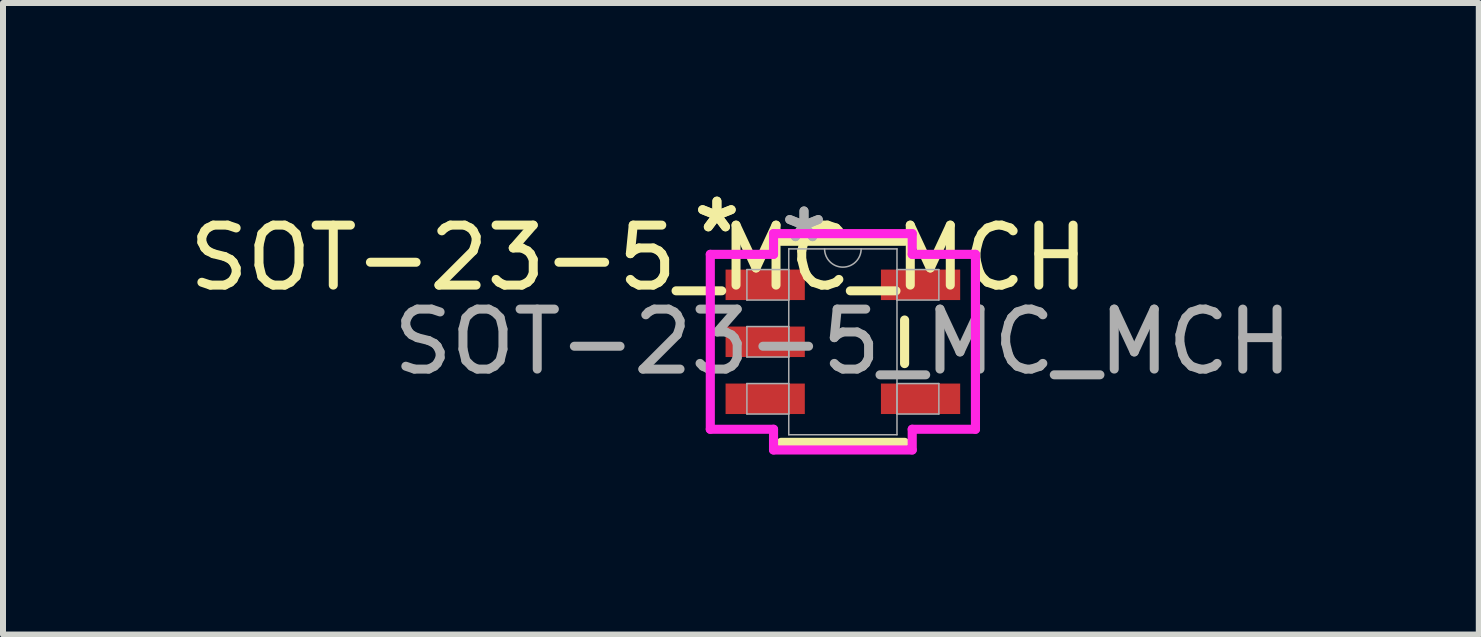
<source format=kicad_pcb>
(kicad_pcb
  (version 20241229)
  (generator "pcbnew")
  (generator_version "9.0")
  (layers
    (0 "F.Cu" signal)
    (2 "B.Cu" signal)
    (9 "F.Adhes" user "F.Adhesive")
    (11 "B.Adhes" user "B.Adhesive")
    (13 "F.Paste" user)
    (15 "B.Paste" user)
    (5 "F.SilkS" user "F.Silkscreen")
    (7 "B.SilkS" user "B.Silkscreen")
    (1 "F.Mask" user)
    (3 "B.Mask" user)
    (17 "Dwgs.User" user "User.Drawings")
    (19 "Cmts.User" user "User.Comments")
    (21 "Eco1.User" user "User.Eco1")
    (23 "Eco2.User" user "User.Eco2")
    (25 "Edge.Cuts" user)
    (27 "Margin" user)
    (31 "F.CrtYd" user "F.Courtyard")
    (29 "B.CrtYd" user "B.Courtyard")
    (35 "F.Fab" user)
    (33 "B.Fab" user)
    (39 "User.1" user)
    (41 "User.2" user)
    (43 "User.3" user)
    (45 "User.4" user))
  (footprint "SOT-23-5_MC_MCH"
    (layer "F.Cu")
    (at 11.001 2.648)
    (property "Reference" "SOT-23-5_MC_MCH" (at -3.4 -1.4 0) (unlocked yes) (layer "F.SilkS") (effects (font (size 1 1) (thickness 0.15))))
    (attr smd)
    (fp_line (start -1.029 1.676) (end 1.029 1.676) (stroke (width 0.152) (type solid)) (layer "F.SilkS"))
    (fp_line (start 1.029 -1.676) (end -1.029 -1.676) (stroke (width 0.152) (type solid)) (layer "F.SilkS"))
    (fp_line (start 1.029 0.363) (end 1.029 -0.363) (stroke (width 0.152) (type solid)) (layer "F.SilkS"))
    (fp_line (start -2.21 -1.458) (end -1.156 -1.458) (stroke (width 0.152) (type solid)) (layer "F.CrtYd"))
    (fp_line (start -2.21 1.458) (end -2.21 -1.458) (stroke (width 0.152) (type solid)) (layer "F.CrtYd"))
    (fp_line (start -1.156 -1.803) (end 1.156 -1.803) (stroke (width 0.152) (type solid)) (layer "F.CrtYd"))
    (fp_line (start -1.156 -1.458) (end -1.156 -1.803) (stroke (width 0.152) (type solid)) (layer "F.CrtYd"))
    (fp_line (start -1.156 1.458) (end -2.21 1.458) (stroke (width 0.152) (type solid)) (layer "F.CrtYd"))
    (fp_line (start -1.156 1.803) (end -1.156 1.458) (stroke (width 0.152) (type solid)) (layer "F.CrtYd"))
    (fp_line (start 1.156 -1.803) (end 1.156 -1.458) (stroke (width 0.152) (type solid)) (layer "F.CrtYd"))
    (fp_line (start 1.156 -1.458) (end 2.21 -1.458) (stroke (width 0.152) (type solid)) (layer "F.CrtYd"))
    (fp_line (start 1.156 1.458) (end 1.156 1.803) (stroke (width 0.152) (type solid)) (layer "F.CrtYd"))
    (fp_line (start 1.156 1.803) (end -1.156 1.803) (stroke (width 0.152) (type solid)) (layer "F.CrtYd"))
    (fp_line (start 2.21 -1.458) (end 2.21 1.458) (stroke (width 0.152) (type solid)) (layer "F.CrtYd"))
    (fp_line (start 2.21 1.458) (end 1.156 1.458) (stroke (width 0.152) (type solid)) (layer "F.CrtYd"))
    (fp_line (start -1.6 -1.204) (end -1.6 -0.696) (stroke (width 0.025) (type solid)) (layer "F.Fab"))
    (fp_line (start -1.6 -0.696) (end -0.902 -0.696) (stroke (width 0.025) (type solid)) (layer "F.Fab"))
    (fp_line (start -1.6 -0.254) (end -1.6 0.254) (stroke (width 0.025) (type solid)) (layer "F.Fab"))
    (fp_line (start -1.6 0.254) (end -0.902 0.254) (stroke (width 0.025) (type solid)) (layer "F.Fab"))
    (fp_line (start -1.6 0.696) (end -1.6 1.204) (stroke (width 0.025) (type solid)) (layer "F.Fab"))
    (fp_line (start -1.6 1.204) (end -0.902 1.204) (stroke (width 0.025) (type solid)) (layer "F.Fab"))
    (fp_line (start -0.902 -1.549) (end -0.902 1.549) (stroke (width 0.025) (type solid)) (layer "F.Fab"))
    (fp_line (start -0.902 -1.204) (end -1.6 -1.204) (stroke (width 0.025) (type solid)) (layer "F.Fab"))
    (fp_line (start -0.902 -0.696) (end -0.902 -1.204) (stroke (width 0.025) (type solid)) (layer "F.Fab"))
    (fp_line (start -0.902 -0.254) (end -1.6 -0.254) (stroke (width 0.025) (type solid)) (layer "F.Fab"))
    (fp_line (start -0.902 0.254) (end -0.902 -0.254) (stroke (width 0.025) (type solid)) (layer "F.Fab"))
    (fp_line (start -0.902 0.696) (end -1.6 0.696) (stroke (width 0.025) (type solid)) (layer "F.Fab"))
    (fp_line (start -0.902 1.204) (end -0.902 0.696) (stroke (width 0.025) (type solid)) (layer "F.Fab"))
    (fp_line (start -0.902 1.549) (end 0.902 1.549) (stroke (width 0.025) (type solid)) (layer "F.Fab"))
    (fp_line (start 0.902 -1.549) (end -0.902 -1.549) (stroke (width 0.025) (type solid)) (layer "F.Fab"))
    (fp_line (start 0.902 -1.204) (end 0.902 -0.696) (stroke (width 0.025) (type solid)) (layer "F.Fab"))
    (fp_line (start 0.902 -0.696) (end 1.6 -0.696) (stroke (width 0.025) (type solid)) (layer "F.Fab"))
    (fp_line (start 0.902 0.696) (end 0.902 1.204) (stroke (width 0.025) (type solid)) (layer "F.Fab"))
    (fp_line (start 0.902 1.204) (end 1.6 1.204) (stroke (width 0.025) (type solid)) (layer "F.Fab"))
    (fp_line (start 0.902 1.549) (end 0.902 -1.549) (stroke (width 0.025) (type solid)) (layer "F.Fab"))
    (fp_line (start 1.6 -1.204) (end 0.902 -1.204) (stroke (width 0.025) (type solid)) (layer "F.Fab"))
    (fp_line (start 1.6 -0.696) (end 1.6 -1.204) (stroke (width 0.025) (type solid)) (layer "F.Fab"))
    (fp_line (start 1.6 0.696) (end 0.902 0.696) (stroke (width 0.025) (type solid)) (layer "F.Fab"))
    (fp_line (start 1.6 1.204) (end 1.6 0.696) (stroke (width 0.025) (type solid)) (layer "F.Fab"))
    (fp_arc (start 0.3048 -1.5494) (mid 0 -1.2446) (end -0.3048 -1.5494) (stroke (width 0.0254) (type solid)) (layer "F.Fab"))
    (fp_text user "*" (at -2.1 -1.8 0) (unlocked yes) (layer "F.SilkS") (effects (font (size 1 1) (thickness 0.15))))
    (fp_text user "*" (at -2.1 -1.8 0) (unlocked yes) (layer "F.SilkS") (effects (font (size 1 1) (thickness 0.15))))
    (fp_text user "*" (at -0.648 -1.636 0) (layer "F.Fab") (effects (font (size 1 1) (thickness 0.15))))
    (fp_text user "*" (at -0.648 -1.636 0) (unlocked yes) (layer "F.Fab") (effects (font (size 1 1) (thickness 0.15))))
    (fp_text user "${REFERENCE}" (at 0 0 0) (unlocked yes) (layer "F.Fab") (effects (font (size 1 1) (thickness 0.15))))
    (pad "1" smd rect (at -1.295 -0.95) (size 1.321 0.508) (layers "F.Cu" "F.Mask" "F.Paste"))
    (pad "2" smd rect (at -1.295 0) (size 1.321 0.508) (layers "F.Cu" "F.Mask" "F.Paste"))
    (pad "3" smd rect (at -1.295 0.95) (size 1.321 0.508) (layers "F.Cu" "F.Mask" "F.Paste"))
    (pad "4" smd rect (at 1.295 0.95) (size 1.321 0.508) (layers "F.Cu" "F.Mask" "F.Paste"))
    (pad "5" smd rect (at 1.295 -0.95) (size 1.321 0.508) (layers "F.Cu" "F.Mask" "F.Paste")))
  (gr_rect
    (start -3 -3)
    (end 21.602 7.528)
    (stroke (width 0.1) (type default))
    (fill no)
    (layer "Edge.Cuts")))
</source>
